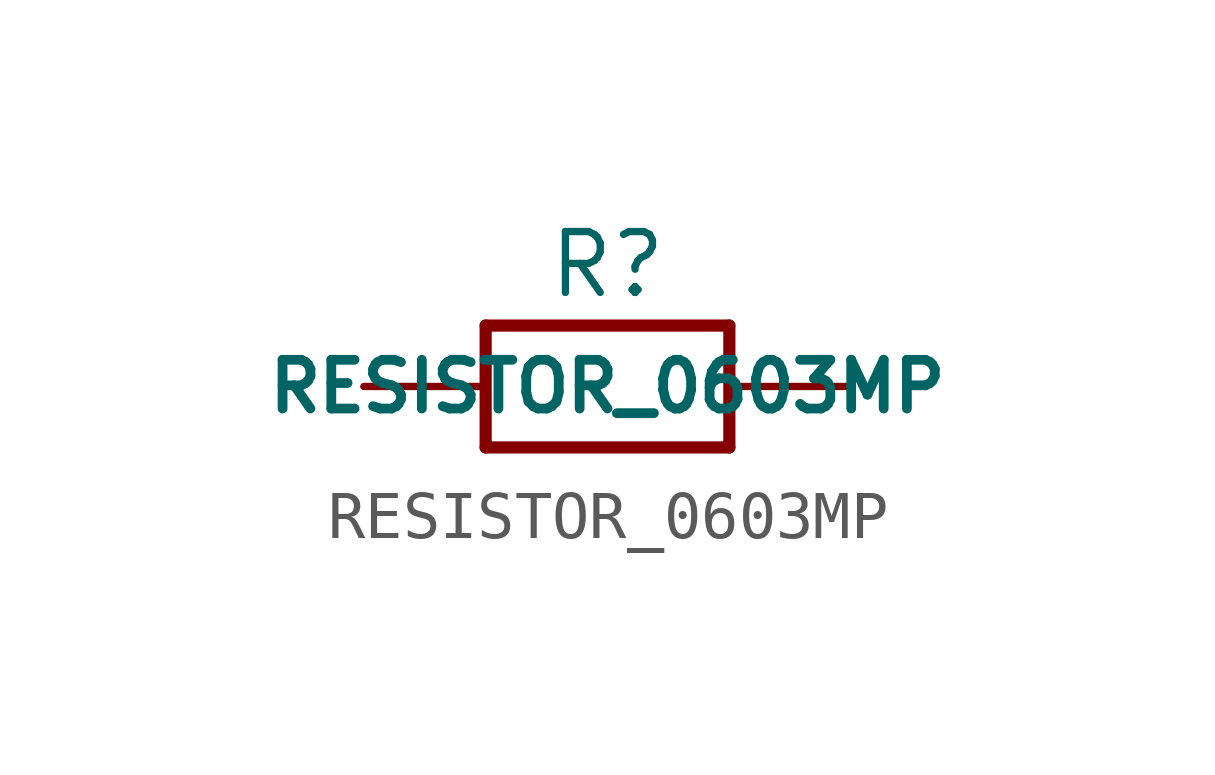
<source format=kicad_sym>
(kicad_symbol_lib
  (version 20211014)
  (generator kicad_symbol_editor)
  (symbol "RESISTOR_0603MP"
    (property "Reference" "R"
      (at 0 2.54 0)
      (effects (font (size 1.27 1.27))))
    (property "Value" "RESISTOR_0603MP"
      (at 0 0 0)
      (effects (font (size 1.016 1.016) bold)))
    (property "ki_locked" ""
      (at 0 0 0)
      (effects (font (size 1.27 1.27))))
    (symbol "RESISTOR_0603MP_1_0"
      (polyline (pts (xy -2.54 -1.27) (xy -2.54 1.27)) (stroke (width 0.254) (type default) (color 0 0 0 0)) (fill (type none)))
      (polyline (pts (xy -2.54 1.27) (xy 2.54 1.27)) (stroke (width 0.254) (type default) (color 0 0 0 0)) (fill (type none)))
      (polyline (pts (xy 2.54 -1.27) (xy -2.54 -1.27)) (stroke (width 0.254) (type default) (color 0 0 0 0)) (fill (type none)))
      (polyline (pts (xy 2.54 1.27) (xy 2.54 -1.27)) (stroke (width 0.254) (type default) (color 0 0 0 0)) (fill (type none)))
      (pin passive line (at -5.08 0 0) (length 2.54) (name "1" (effects (font (size 0 0)))) (number "1" (effects (font (size 0 0)))))
      (pin passive line (at 5.08 0 180) (length 2.54) (name "2" (effects (font (size 0 0)))) (number "2" (effects (font (size 0 0))))))))
</source>
